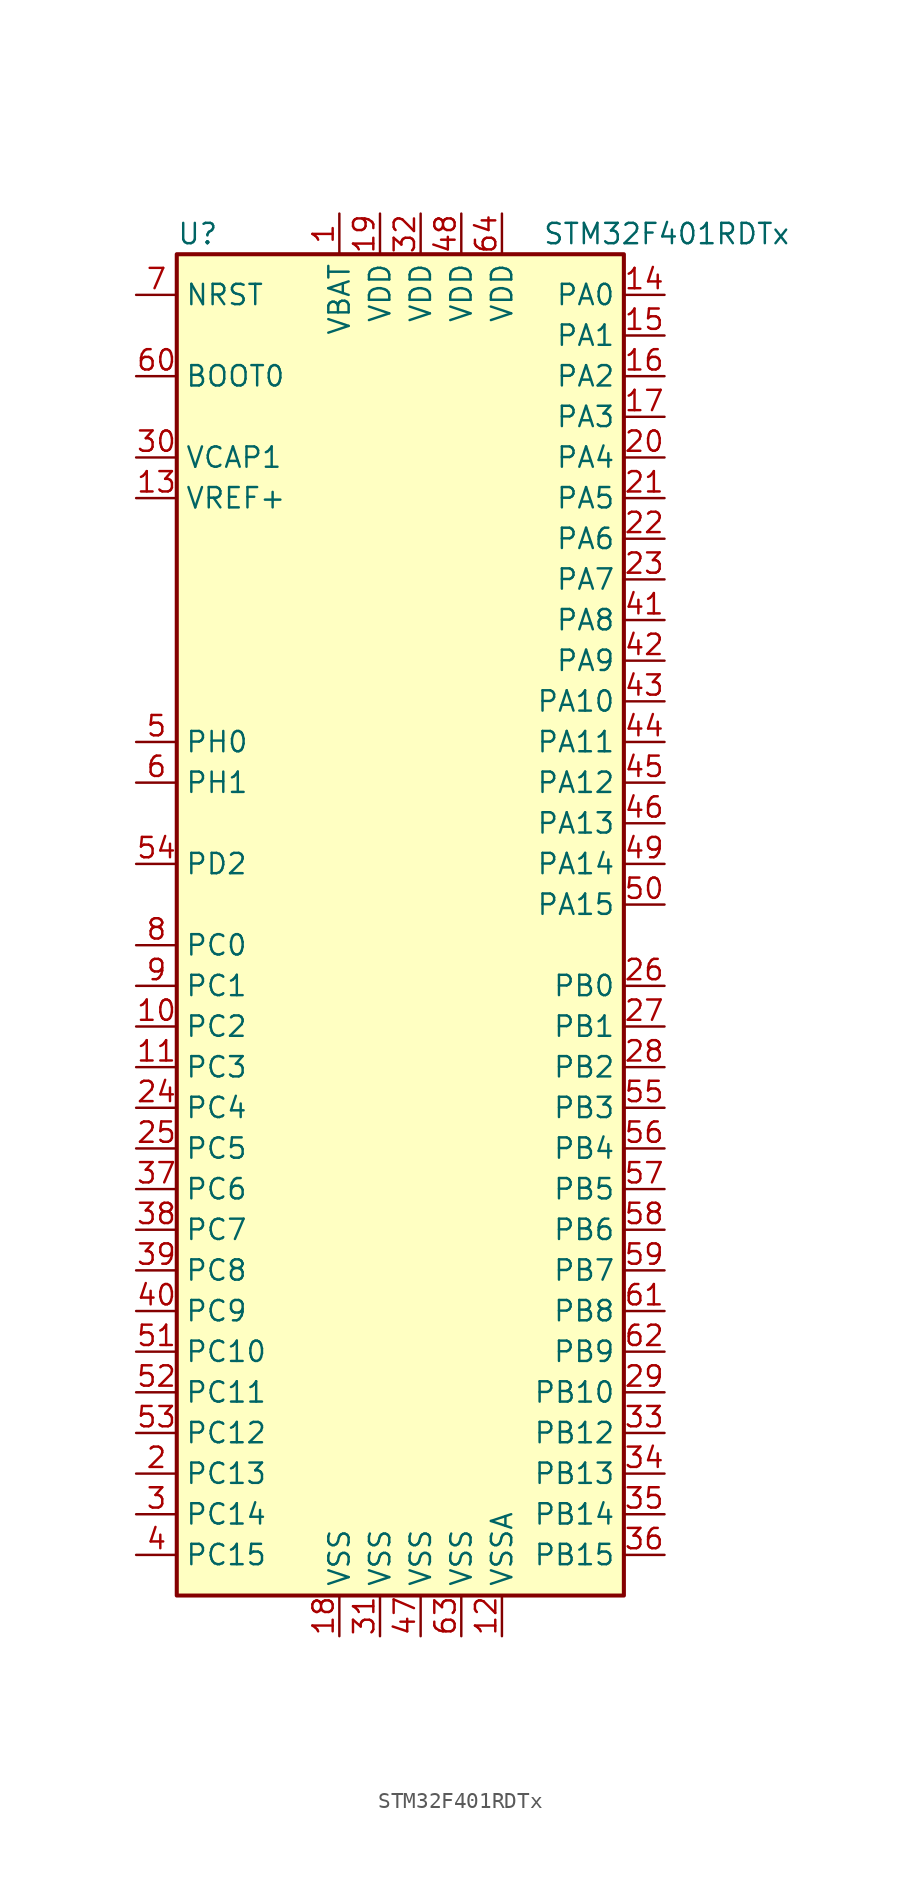
<source format=kicad_sym>
(kicad_symbol_lib
  (version 20220914)
  (generator kicad_symbol_editor)
  (symbol "STM32F401RDTx"
    (property "Reference" "U"
      (at -15.24 41.91 0)
      (effects (font (size 1.27 1.27)) (justify left)))
    (property "Value" "STM32F401RDTx"
      (at 7.62 41.91 0)
      (effects (font (size 1.27 1.27)) (justify left)))
    (symbol "STM32F401RDTx_0_1"
      (rectangle (start -15.24 -43.18) (end 12.7 40.64) (stroke (width 0.254) (type default)) (fill (type background))))
    (symbol "STM32F401RDTx_1_1"
      (pin power_in line (at -5.08 43.18 270) (length 2.54) (name "VBAT" (effects (font (size 1.27 1.27)))) (number "1" (effects (font (size 1.27 1.27)))))
      (pin bidirectional line (at -17.78 -7.62 0) (length 2.54) (name "PC2" (effects (font (size 1.27 1.27)))) (number "10" (effects (font (size 1.27 1.27)))))
      (pin bidirectional line (at -17.78 -10.16 0) (length 2.54) (name "PC3" (effects (font (size 1.27 1.27)))) (number "11" (effects (font (size 1.27 1.27)))))
      (pin power_in line (at 5.08 -45.72 90) (length 2.54) (name "VSSA" (effects (font (size 1.27 1.27)))) (number "12" (effects (font (size 1.27 1.27)))))
      (pin power_in line (at -17.78 25.4 0) (length 2.54) (name "VREF+" (effects (font (size 1.27 1.27)))) (number "13" (effects (font (size 1.27 1.27)))))
      (pin bidirectional line (at 15.24 38.1 180) (length 2.54) (name "PA0" (effects (font (size 1.27 1.27)))) (number "14" (effects (font (size 1.27 1.27)))))
      (pin bidirectional line (at 15.24 35.56 180) (length 2.54) (name "PA1" (effects (font (size 1.27 1.27)))) (number "15" (effects (font (size 1.27 1.27)))))
      (pin bidirectional line (at 15.24 33.02 180) (length 2.54) (name "PA2" (effects (font (size 1.27 1.27)))) (number "16" (effects (font (size 1.27 1.27)))))
      (pin bidirectional line (at 15.24 30.48 180) (length 2.54) (name "PA3" (effects (font (size 1.27 1.27)))) (number "17" (effects (font (size 1.27 1.27)))))
      (pin power_in line (at -5.08 -45.72 90) (length 2.54) (name "VSS" (effects (font (size 1.27 1.27)))) (number "18" (effects (font (size 1.27 1.27)))))
      (pin power_in line (at -2.54 43.18 270) (length 2.54) (name "VDD" (effects (font (size 1.27 1.27)))) (number "19" (effects (font (size 1.27 1.27)))))
      (pin bidirectional line (at -17.78 -35.56 0) (length 2.54) (name "PC13" (effects (font (size 1.27 1.27)))) (number "2" (effects (font (size 1.27 1.27)))))
      (pin bidirectional line (at 15.24 27.94 180) (length 2.54) (name "PA4" (effects (font (size 1.27 1.27)))) (number "20" (effects (font (size 1.27 1.27)))))
      (pin bidirectional line (at 15.24 25.4 180) (length 2.54) (name "PA5" (effects (font (size 1.27 1.27)))) (number "21" (effects (font (size 1.27 1.27)))))
      (pin bidirectional line (at 15.24 22.86 180) (length 2.54) (name "PA6" (effects (font (size 1.27 1.27)))) (number "22" (effects (font (size 1.27 1.27)))))
      (pin bidirectional line (at 15.24 20.32 180) (length 2.54) (name "PA7" (effects (font (size 1.27 1.27)))) (number "23" (effects (font (size 1.27 1.27)))))
      (pin bidirectional line (at -17.78 -12.7 0) (length 2.54) (name "PC4" (effects (font (size 1.27 1.27)))) (number "24" (effects (font (size 1.27 1.27)))))
      (pin bidirectional line (at -17.78 -15.24 0) (length 2.54) (name "PC5" (effects (font (size 1.27 1.27)))) (number "25" (effects (font (size 1.27 1.27)))))
      (pin bidirectional line (at 15.24 -5.08 180) (length 2.54) (name "PB0" (effects (font (size 1.27 1.27)))) (number "26" (effects (font (size 1.27 1.27)))))
      (pin bidirectional line (at 15.24 -7.62 180) (length 2.54) (name "PB1" (effects (font (size 1.27 1.27)))) (number "27" (effects (font (size 1.27 1.27)))))
      (pin bidirectional line (at 15.24 -10.16 180) (length 2.54) (name "PB2" (effects (font (size 1.27 1.27)))) (number "28" (effects (font (size 1.27 1.27)))))
      (pin bidirectional line (at 15.24 -30.48 180) (length 2.54) (name "PB10" (effects (font (size 1.27 1.27)))) (number "29" (effects (font (size 1.27 1.27)))))
      (pin bidirectional line (at -17.78 -38.1 0) (length 2.54) (name "PC14" (effects (font (size 1.27 1.27)))) (number "3" (effects (font (size 1.27 1.27)))))
      (pin power_in line (at -17.78 27.94 0) (length 2.54) (name "VCAP1" (effects (font (size 1.27 1.27)))) (number "30" (effects (font (size 1.27 1.27)))))
      (pin power_in line (at -2.54 -45.72 90) (length 2.54) (name "VSS" (effects (font (size 1.27 1.27)))) (number "31" (effects (font (size 1.27 1.27)))))
      (pin power_in line (at 0 43.18 270) (length 2.54) (name "VDD" (effects (font (size 1.27 1.27)))) (number "32" (effects (font (size 1.27 1.27)))))
      (pin bidirectional line (at 15.24 -33.02 180) (length 2.54) (name "PB12" (effects (font (size 1.27 1.27)))) (number "33" (effects (font (size 1.27 1.27)))))
      (pin bidirectional line (at 15.24 -35.56 180) (length 2.54) (name "PB13" (effects (font (size 1.27 1.27)))) (number "34" (effects (font (size 1.27 1.27)))))
      (pin bidirectional line (at 15.24 -38.1 180) (length 2.54) (name "PB14" (effects (font (size 1.27 1.27)))) (number "35" (effects (font (size 1.27 1.27)))))
      (pin bidirectional line (at 15.24 -40.64 180) (length 2.54) (name "PB15" (effects (font (size 1.27 1.27)))) (number "36" (effects (font (size 1.27 1.27)))))
      (pin bidirectional line (at -17.78 -17.78 0) (length 2.54) (name "PC6" (effects (font (size 1.27 1.27)))) (number "37" (effects (font (size 1.27 1.27)))))
      (pin bidirectional line (at -17.78 -20.32 0) (length 2.54) (name "PC7" (effects (font (size 1.27 1.27)))) (number "38" (effects (font (size 1.27 1.27)))))
      (pin bidirectional line (at -17.78 -22.86 0) (length 2.54) (name "PC8" (effects (font (size 1.27 1.27)))) (number "39" (effects (font (size 1.27 1.27)))))
      (pin bidirectional line (at -17.78 -40.64 0) (length 2.54) (name "PC15" (effects (font (size 1.27 1.27)))) (number "4" (effects (font (size 1.27 1.27)))))
      (pin bidirectional line (at -17.78 -25.4 0) (length 2.54) (name "PC9" (effects (font (size 1.27 1.27)))) (number "40" (effects (font (size 1.27 1.27)))))
      (pin bidirectional line (at 15.24 17.78 180) (length 2.54) (name "PA8" (effects (font (size 1.27 1.27)))) (number "41" (effects (font (size 1.27 1.27)))))
      (pin bidirectional line (at 15.24 15.24 180) (length 2.54) (name "PA9" (effects (font (size 1.27 1.27)))) (number "42" (effects (font (size 1.27 1.27)))))
      (pin bidirectional line (at 15.24 12.7 180) (length 2.54) (name "PA10" (effects (font (size 1.27 1.27)))) (number "43" (effects (font (size 1.27 1.27)))))
      (pin bidirectional line (at 15.24 10.16 180) (length 2.54) (name "PA11" (effects (font (size 1.27 1.27)))) (number "44" (effects (font (size 1.27 1.27)))))
      (pin bidirectional line (at 15.24 7.62 180) (length 2.54) (name "PA12" (effects (font (size 1.27 1.27)))) (number "45" (effects (font (size 1.27 1.27)))))
      (pin bidirectional line (at 15.24 5.08 180) (length 2.54) (name "PA13" (effects (font (size 1.27 1.27)))) (number "46" (effects (font (size 1.27 1.27)))))
      (pin power_in line (at 0 -45.72 90) (length 2.54) (name "VSS" (effects (font (size 1.27 1.27)))) (number "47" (effects (font (size 1.27 1.27)))))
      (pin power_in line (at 2.54 43.18 270) (length 2.54) (name "VDD" (effects (font (size 1.27 1.27)))) (number "48" (effects (font (size 1.27 1.27)))))
      (pin bidirectional line (at 15.24 2.54 180) (length 2.54) (name "PA14" (effects (font (size 1.27 1.27)))) (number "49" (effects (font (size 1.27 1.27)))))
      (pin input line (at -17.78 10.16 0) (length 2.54) (name "PH0" (effects (font (size 1.27 1.27)))) (number "5" (effects (font (size 1.27 1.27)))))
      (pin bidirectional line (at 15.24 0 180) (length 2.54) (name "PA15" (effects (font (size 1.27 1.27)))) (number "50" (effects (font (size 1.27 1.27)))))
      (pin bidirectional line (at -17.78 -27.94 0) (length 2.54) (name "PC10" (effects (font (size 1.27 1.27)))) (number "51" (effects (font (size 1.27 1.27)))))
      (pin bidirectional line (at -17.78 -30.48 0) (length 2.54) (name "PC11" (effects (font (size 1.27 1.27)))) (number "52" (effects (font (size 1.27 1.27)))))
      (pin bidirectional line (at -17.78 -33.02 0) (length 2.54) (name "PC12" (effects (font (size 1.27 1.27)))) (number "53" (effects (font (size 1.27 1.27)))))
      (pin bidirectional line (at -17.78 2.54 0) (length 2.54) (name "PD2" (effects (font (size 1.27 1.27)))) (number "54" (effects (font (size 1.27 1.27)))))
      (pin bidirectional line (at 15.24 -12.7 180) (length 2.54) (name "PB3" (effects (font (size 1.27 1.27)))) (number "55" (effects (font (size 1.27 1.27)))))
      (pin bidirectional line (at 15.24 -15.24 180) (length 2.54) (name "PB4" (effects (font (size 1.27 1.27)))) (number "56" (effects (font (size 1.27 1.27)))))
      (pin bidirectional line (at 15.24 -17.78 180) (length 2.54) (name "PB5" (effects (font (size 1.27 1.27)))) (number "57" (effects (font (size 1.27 1.27)))))
      (pin bidirectional line (at 15.24 -20.32 180) (length 2.54) (name "PB6" (effects (font (size 1.27 1.27)))) (number "58" (effects (font (size 1.27 1.27)))))
      (pin bidirectional line (at 15.24 -22.86 180) (length 2.54) (name "PB7" (effects (font (size 1.27 1.27)))) (number "59" (effects (font (size 1.27 1.27)))))
      (pin input line (at -17.78 7.62 0) (length 2.54) (name "PH1" (effects (font (size 1.27 1.27)))) (number "6" (effects (font (size 1.27 1.27)))))
      (pin input line (at -17.78 33.02 0) (length 2.54) (name "BOOT0" (effects (font (size 1.27 1.27)))) (number "60" (effects (font (size 1.27 1.27)))))
      (pin bidirectional line (at 15.24 -25.4 180) (length 2.54) (name "PB8" (effects (font (size 1.27 1.27)))) (number "61" (effects (font (size 1.27 1.27)))))
      (pin bidirectional line (at 15.24 -27.94 180) (length 2.54) (name "PB9" (effects (font (size 1.27 1.27)))) (number "62" (effects (font (size 1.27 1.27)))))
      (pin power_in line (at 2.54 -45.72 90) (length 2.54) (name "VSS" (effects (font (size 1.27 1.27)))) (number "63" (effects (font (size 1.27 1.27)))))
      (pin power_in line (at 5.08 43.18 270) (length 2.54) (name "VDD" (effects (font (size 1.27 1.27)))) (number "64" (effects (font (size 1.27 1.27)))))
      (pin input line (at -17.78 38.1 0) (length 2.54) (name "NRST" (effects (font (size 1.27 1.27)))) (number "7" (effects (font (size 1.27 1.27)))))
      (pin bidirectional line (at -17.78 -2.54 0) (length 2.54) (name "PC0" (effects (font (size 1.27 1.27)))) (number "8" (effects (font (size 1.27 1.27)))))
      (pin bidirectional line (at -17.78 -5.08 0) (length 2.54) (name "PC1" (effects (font (size 1.27 1.27)))) (number "9" (effects (font (size 1.27 1.27))))))))
</source>
